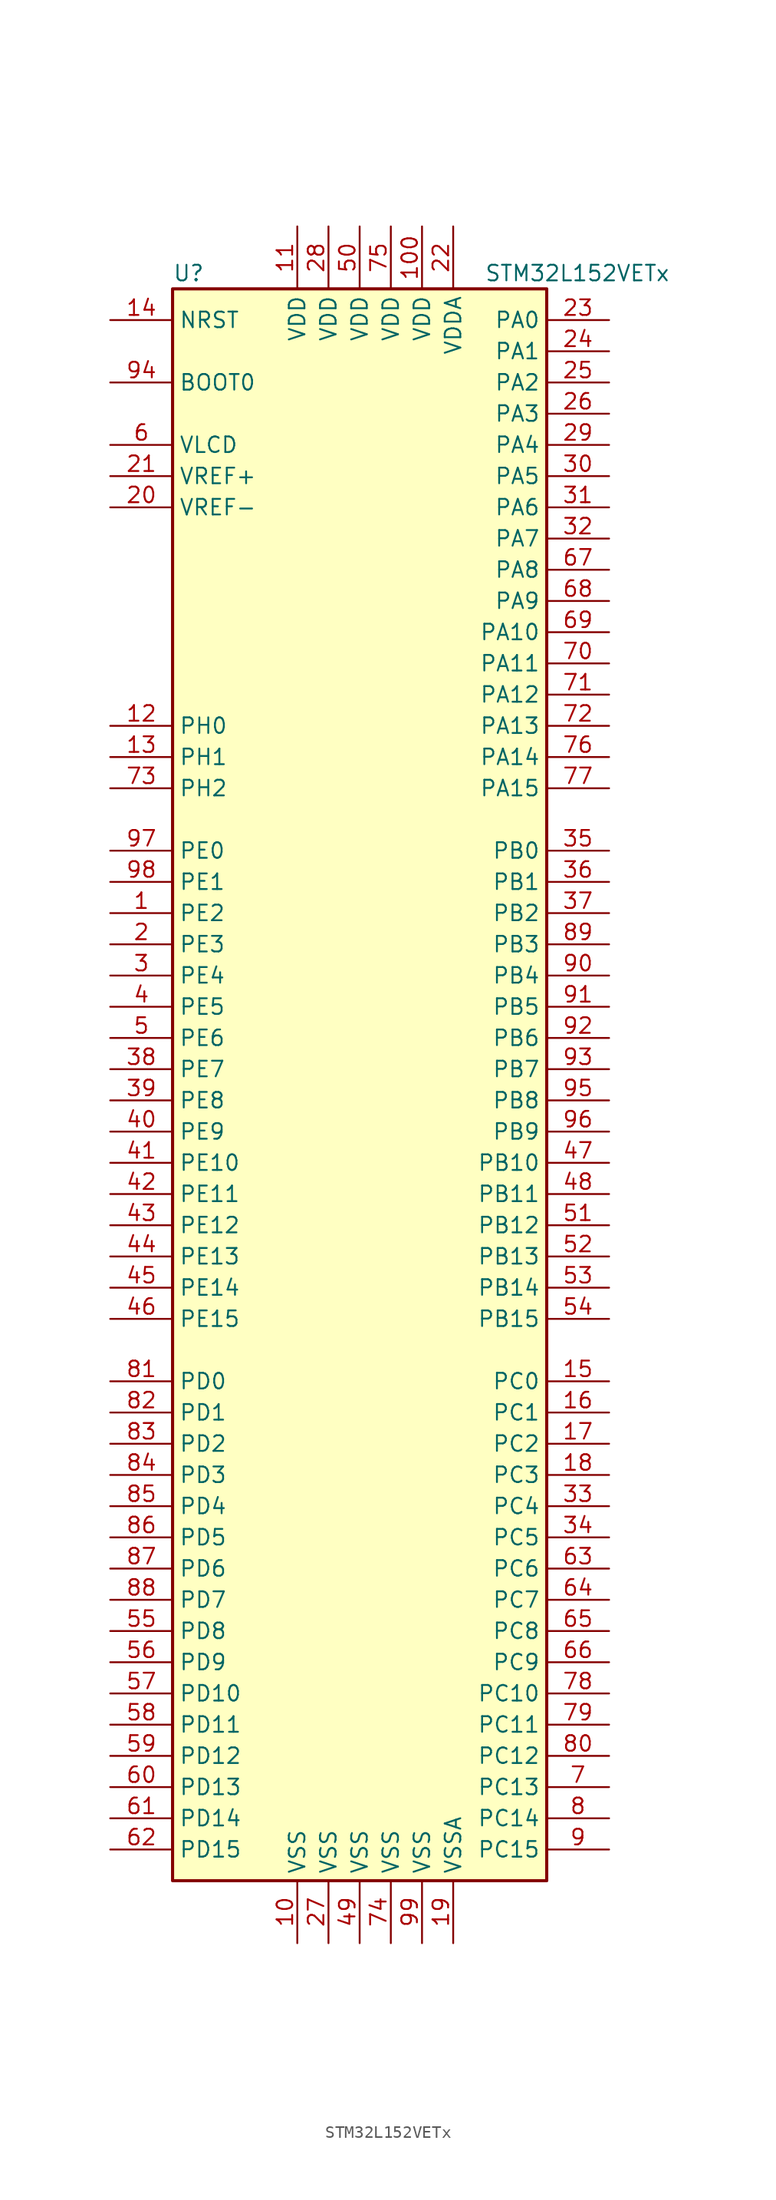
<source format=kicad_sym>
(kicad_symbol_lib
  (version 20201005)
  (generator kicad_symbol_editor)
  (symbol "STM32L152VETx"
    (property "Reference" "U"
      (at -15.24 64.77 0)
      (effects (font (size 1.27 1.27)) (justify left)))
    (property "Value" "STM32L152VETx"
      (at 10.16 64.77 0)
      (effects (font (size 1.27 1.27)) (justify left)))
    (symbol "STM32L152VETx_0_1"
      (rectangle (start -15.24 -66.04) (end 15.24 63.5) (stroke (width 0.254)) (fill (type background))))
    (symbol "STM32L152VETx_1_1"
      (pin bidirectional line (at -20.32 12.7 0) (length 5.08) (name "PE2" (effects (font (size 1.27 1.27)))) (number "1" (effects (font (size 1.27 1.27)))))
      (pin power_in line (at -5.08 -71.12 90) (length 5.08) (name "VSS" (effects (font (size 1.27 1.27)))) (number "10" (effects (font (size 1.27 1.27)))))
      (pin power_in line (at 5.08 68.58 270) (length 5.08) (name "VDD" (effects (font (size 1.27 1.27)))) (number "100" (effects (font (size 1.27 1.27)))))
      (pin power_in line (at -5.08 68.58 270) (length 5.08) (name "VDD" (effects (font (size 1.27 1.27)))) (number "11" (effects (font (size 1.27 1.27)))))
      (pin input line (at -20.32 27.94 0) (length 5.08) (name "PH0" (effects (font (size 1.27 1.27)))) (number "12" (effects (font (size 1.27 1.27)))))
      (pin input line (at -20.32 25.4 0) (length 5.08) (name "PH1" (effects (font (size 1.27 1.27)))) (number "13" (effects (font (size 1.27 1.27)))))
      (pin input line (at -20.32 60.96 0) (length 5.08) (name "NRST" (effects (font (size 1.27 1.27)))) (number "14" (effects (font (size 1.27 1.27)))))
      (pin bidirectional line (at 20.32 -25.4 180) (length 5.08) (name "PC0" (effects (font (size 1.27 1.27)))) (number "15" (effects (font (size 1.27 1.27)))))
      (pin bidirectional line (at 20.32 -27.94 180) (length 5.08) (name "PC1" (effects (font (size 1.27 1.27)))) (number "16" (effects (font (size 1.27 1.27)))))
      (pin bidirectional line (at 20.32 -30.48 180) (length 5.08) (name "PC2" (effects (font (size 1.27 1.27)))) (number "17" (effects (font (size 1.27 1.27)))))
      (pin bidirectional line (at 20.32 -33.02 180) (length 5.08) (name "PC3" (effects (font (size 1.27 1.27)))) (number "18" (effects (font (size 1.27 1.27)))))
      (pin power_in line (at 7.62 -71.12 90) (length 5.08) (name "VSSA" (effects (font (size 1.27 1.27)))) (number "19" (effects (font (size 1.27 1.27)))))
      (pin bidirectional line (at -20.32 10.16 0) (length 5.08) (name "PE3" (effects (font (size 1.27 1.27)))) (number "2" (effects (font (size 1.27 1.27)))))
      (pin power_in line (at -20.32 45.72 0) (length 5.08) (name "VREF-" (effects (font (size 1.27 1.27)))) (number "20" (effects (font (size 1.27 1.27)))))
      (pin power_in line (at -20.32 48.26 0) (length 5.08) (name "VREF+" (effects (font (size 1.27 1.27)))) (number "21" (effects (font (size 1.27 1.27)))))
      (pin power_in line (at 7.62 68.58 270) (length 5.08) (name "VDDA" (effects (font (size 1.27 1.27)))) (number "22" (effects (font (size 1.27 1.27)))))
      (pin bidirectional line (at 20.32 60.96 180) (length 5.08) (name "PA0" (effects (font (size 1.27 1.27)))) (number "23" (effects (font (size 1.27 1.27)))))
      (pin bidirectional line (at 20.32 58.42 180) (length 5.08) (name "PA1" (effects (font (size 1.27 1.27)))) (number "24" (effects (font (size 1.27 1.27)))))
      (pin bidirectional line (at 20.32 55.88 180) (length 5.08) (name "PA2" (effects (font (size 1.27 1.27)))) (number "25" (effects (font (size 1.27 1.27)))))
      (pin bidirectional line (at 20.32 53.34 180) (length 5.08) (name "PA3" (effects (font (size 1.27 1.27)))) (number "26" (effects (font (size 1.27 1.27)))))
      (pin power_in line (at -2.54 -71.12 90) (length 5.08) (name "VSS" (effects (font (size 1.27 1.27)))) (number "27" (effects (font (size 1.27 1.27)))))
      (pin power_in line (at -2.54 68.58 270) (length 5.08) (name "VDD" (effects (font (size 1.27 1.27)))) (number "28" (effects (font (size 1.27 1.27)))))
      (pin bidirectional line (at 20.32 50.8 180) (length 5.08) (name "PA4" (effects (font (size 1.27 1.27)))) (number "29" (effects (font (size 1.27 1.27)))))
      (pin bidirectional line (at -20.32 7.62 0) (length 5.08) (name "PE4" (effects (font (size 1.27 1.27)))) (number "3" (effects (font (size 1.27 1.27)))))
      (pin bidirectional line (at 20.32 48.26 180) (length 5.08) (name "PA5" (effects (font (size 1.27 1.27)))) (number "30" (effects (font (size 1.27 1.27)))))
      (pin bidirectional line (at 20.32 45.72 180) (length 5.08) (name "PA6" (effects (font (size 1.27 1.27)))) (number "31" (effects (font (size 1.27 1.27)))))
      (pin bidirectional line (at 20.32 43.18 180) (length 5.08) (name "PA7" (effects (font (size 1.27 1.27)))) (number "32" (effects (font (size 1.27 1.27)))))
      (pin bidirectional line (at 20.32 -35.56 180) (length 5.08) (name "PC4" (effects (font (size 1.27 1.27)))) (number "33" (effects (font (size 1.27 1.27)))))
      (pin bidirectional line (at 20.32 -38.1 180) (length 5.08) (name "PC5" (effects (font (size 1.27 1.27)))) (number "34" (effects (font (size 1.27 1.27)))))
      (pin bidirectional line (at 20.32 17.78 180) (length 5.08) (name "PB0" (effects (font (size 1.27 1.27)))) (number "35" (effects (font (size 1.27 1.27)))))
      (pin bidirectional line (at 20.32 15.24 180) (length 5.08) (name "PB1" (effects (font (size 1.27 1.27)))) (number "36" (effects (font (size 1.27 1.27)))))
      (pin bidirectional line (at 20.32 12.7 180) (length 5.08) (name "PB2" (effects (font (size 1.27 1.27)))) (number "37" (effects (font (size 1.27 1.27)))))
      (pin bidirectional line (at -20.32 0 0) (length 5.08) (name "PE7" (effects (font (size 1.27 1.27)))) (number "38" (effects (font (size 1.27 1.27)))))
      (pin bidirectional line (at -20.32 -2.54 0) (length 5.08) (name "PE8" (effects (font (size 1.27 1.27)))) (number "39" (effects (font (size 1.27 1.27)))))
      (pin bidirectional line (at -20.32 5.08 0) (length 5.08) (name "PE5" (effects (font (size 1.27 1.27)))) (number "4" (effects (font (size 1.27 1.27)))))
      (pin bidirectional line (at -20.32 -5.08 0) (length 5.08) (name "PE9" (effects (font (size 1.27 1.27)))) (number "40" (effects (font (size 1.27 1.27)))))
      (pin bidirectional line (at -20.32 -7.62 0) (length 5.08) (name "PE10" (effects (font (size 1.27 1.27)))) (number "41" (effects (font (size 1.27 1.27)))))
      (pin bidirectional line (at -20.32 -10.16 0) (length 5.08) (name "PE11" (effects (font (size 1.27 1.27)))) (number "42" (effects (font (size 1.27 1.27)))))
      (pin bidirectional line (at -20.32 -12.7 0) (length 5.08) (name "PE12" (effects (font (size 1.27 1.27)))) (number "43" (effects (font (size 1.27 1.27)))))
      (pin bidirectional line (at -20.32 -15.24 0) (length 5.08) (name "PE13" (effects (font (size 1.27 1.27)))) (number "44" (effects (font (size 1.27 1.27)))))
      (pin bidirectional line (at -20.32 -17.78 0) (length 5.08) (name "PE14" (effects (font (size 1.27 1.27)))) (number "45" (effects (font (size 1.27 1.27)))))
      (pin bidirectional line (at -20.32 -20.32 0) (length 5.08) (name "PE15" (effects (font (size 1.27 1.27)))) (number "46" (effects (font (size 1.27 1.27)))))
      (pin bidirectional line (at 20.32 -7.62 180) (length 5.08) (name "PB10" (effects (font (size 1.27 1.27)))) (number "47" (effects (font (size 1.27 1.27)))))
      (pin bidirectional line (at 20.32 -10.16 180) (length 5.08) (name "PB11" (effects (font (size 1.27 1.27)))) (number "48" (effects (font (size 1.27 1.27)))))
      (pin power_in line (at 0 -71.12 90) (length 5.08) (name "VSS" (effects (font (size 1.27 1.27)))) (number "49" (effects (font (size 1.27 1.27)))))
      (pin bidirectional line (at -20.32 2.54 0) (length 5.08) (name "PE6" (effects (font (size 1.27 1.27)))) (number "5" (effects (font (size 1.27 1.27)))))
      (pin power_in line (at 0 68.58 270) (length 5.08) (name "VDD" (effects (font (size 1.27 1.27)))) (number "50" (effects (font (size 1.27 1.27)))))
      (pin bidirectional line (at 20.32 -12.7 180) (length 5.08) (name "PB12" (effects (font (size 1.27 1.27)))) (number "51" (effects (font (size 1.27 1.27)))))
      (pin bidirectional line (at 20.32 -15.24 180) (length 5.08) (name "PB13" (effects (font (size 1.27 1.27)))) (number "52" (effects (font (size 1.27 1.27)))))
      (pin bidirectional line (at 20.32 -17.78 180) (length 5.08) (name "PB14" (effects (font (size 1.27 1.27)))) (number "53" (effects (font (size 1.27 1.27)))))
      (pin bidirectional line (at 20.32 -20.32 180) (length 5.08) (name "PB15" (effects (font (size 1.27 1.27)))) (number "54" (effects (font (size 1.27 1.27)))))
      (pin bidirectional line (at -20.32 -45.72 0) (length 5.08) (name "PD8" (effects (font (size 1.27 1.27)))) (number "55" (effects (font (size 1.27 1.27)))))
      (pin bidirectional line (at -20.32 -48.26 0) (length 5.08) (name "PD9" (effects (font (size 1.27 1.27)))) (number "56" (effects (font (size 1.27 1.27)))))
      (pin bidirectional line (at -20.32 -50.8 0) (length 5.08) (name "PD10" (effects (font (size 1.27 1.27)))) (number "57" (effects (font (size 1.27 1.27)))))
      (pin bidirectional line (at -20.32 -53.34 0) (length 5.08) (name "PD11" (effects (font (size 1.27 1.27)))) (number "58" (effects (font (size 1.27 1.27)))))
      (pin bidirectional line (at -20.32 -55.88 0) (length 5.08) (name "PD12" (effects (font (size 1.27 1.27)))) (number "59" (effects (font (size 1.27 1.27)))))
      (pin power_in line (at -20.32 50.8 0) (length 5.08) (name "VLCD" (effects (font (size 1.27 1.27)))) (number "6" (effects (font (size 1.27 1.27)))))
      (pin bidirectional line (at -20.32 -58.42 0) (length 5.08) (name "PD13" (effects (font (size 1.27 1.27)))) (number "60" (effects (font (size 1.27 1.27)))))
      (pin bidirectional line (at -20.32 -60.96 0) (length 5.08) (name "PD14" (effects (font (size 1.27 1.27)))) (number "61" (effects (font (size 1.27 1.27)))))
      (pin bidirectional line (at -20.32 -63.5 0) (length 5.08) (name "PD15" (effects (font (size 1.27 1.27)))) (number "62" (effects (font (size 1.27 1.27)))))
      (pin bidirectional line (at 20.32 -40.64 180) (length 5.08) (name "PC6" (effects (font (size 1.27 1.27)))) (number "63" (effects (font (size 1.27 1.27)))))
      (pin bidirectional line (at 20.32 -43.18 180) (length 5.08) (name "PC7" (effects (font (size 1.27 1.27)))) (number "64" (effects (font (size 1.27 1.27)))))
      (pin bidirectional line (at 20.32 -45.72 180) (length 5.08) (name "PC8" (effects (font (size 1.27 1.27)))) (number "65" (effects (font (size 1.27 1.27)))))
      (pin bidirectional line (at 20.32 -48.26 180) (length 5.08) (name "PC9" (effects (font (size 1.27 1.27)))) (number "66" (effects (font (size 1.27 1.27)))))
      (pin bidirectional line (at 20.32 40.64 180) (length 5.08) (name "PA8" (effects (font (size 1.27 1.27)))) (number "67" (effects (font (size 1.27 1.27)))))
      (pin bidirectional line (at 20.32 38.1 180) (length 5.08) (name "PA9" (effects (font (size 1.27 1.27)))) (number "68" (effects (font (size 1.27 1.27)))))
      (pin bidirectional line (at 20.32 35.56 180) (length 5.08) (name "PA10" (effects (font (size 1.27 1.27)))) (number "69" (effects (font (size 1.27 1.27)))))
      (pin bidirectional line (at 20.32 -58.42 180) (length 5.08) (name "PC13" (effects (font (size 1.27 1.27)))) (number "7" (effects (font (size 1.27 1.27)))))
      (pin bidirectional line (at 20.32 33.02 180) (length 5.08) (name "PA11" (effects (font (size 1.27 1.27)))) (number "70" (effects (font (size 1.27 1.27)))))
      (pin bidirectional line (at 20.32 30.48 180) (length 5.08) (name "PA12" (effects (font (size 1.27 1.27)))) (number "71" (effects (font (size 1.27 1.27)))))
      (pin bidirectional line (at 20.32 27.94 180) (length 5.08) (name "PA13" (effects (font (size 1.27 1.27)))) (number "72" (effects (font (size 1.27 1.27)))))
      (pin bidirectional line (at -20.32 22.86 0) (length 5.08) (name "PH2" (effects (font (size 1.27 1.27)))) (number "73" (effects (font (size 1.27 1.27)))))
      (pin power_in line (at 2.54 -71.12 90) (length 5.08) (name "VSS" (effects (font (size 1.27 1.27)))) (number "74" (effects (font (size 1.27 1.27)))))
      (pin power_in line (at 2.54 68.58 270) (length 5.08) (name "VDD" (effects (font (size 1.27 1.27)))) (number "75" (effects (font (size 1.27 1.27)))))
      (pin bidirectional line (at 20.32 25.4 180) (length 5.08) (name "PA14" (effects (font (size 1.27 1.27)))) (number "76" (effects (font (size 1.27 1.27)))))
      (pin bidirectional line (at 20.32 22.86 180) (length 5.08) (name "PA15" (effects (font (size 1.27 1.27)))) (number "77" (effects (font (size 1.27 1.27)))))
      (pin bidirectional line (at 20.32 -50.8 180) (length 5.08) (name "PC10" (effects (font (size 1.27 1.27)))) (number "78" (effects (font (size 1.27 1.27)))))
      (pin bidirectional line (at 20.32 -53.34 180) (length 5.08) (name "PC11" (effects (font (size 1.27 1.27)))) (number "79" (effects (font (size 1.27 1.27)))))
      (pin bidirectional line (at 20.32 -60.96 180) (length 5.08) (name "PC14" (effects (font (size 1.27 1.27)))) (number "8" (effects (font (size 1.27 1.27)))))
      (pin bidirectional line (at 20.32 -55.88 180) (length 5.08) (name "PC12" (effects (font (size 1.27 1.27)))) (number "80" (effects (font (size 1.27 1.27)))))
      (pin bidirectional line (at -20.32 -25.4 0) (length 5.08) (name "PD0" (effects (font (size 1.27 1.27)))) (number "81" (effects (font (size 1.27 1.27)))))
      (pin bidirectional line (at -20.32 -27.94 0) (length 5.08) (name "PD1" (effects (font (size 1.27 1.27)))) (number "82" (effects (font (size 1.27 1.27)))))
      (pin bidirectional line (at -20.32 -30.48 0) (length 5.08) (name "PD2" (effects (font (size 1.27 1.27)))) (number "83" (effects (font (size 1.27 1.27)))))
      (pin bidirectional line (at -20.32 -33.02 0) (length 5.08) (name "PD3" (effects (font (size 1.27 1.27)))) (number "84" (effects (font (size 1.27 1.27)))))
      (pin bidirectional line (at -20.32 -35.56 0) (length 5.08) (name "PD4" (effects (font (size 1.27 1.27)))) (number "85" (effects (font (size 1.27 1.27)))))
      (pin bidirectional line (at -20.32 -38.1 0) (length 5.08) (name "PD5" (effects (font (size 1.27 1.27)))) (number "86" (effects (font (size 1.27 1.27)))))
      (pin bidirectional line (at -20.32 -40.64 0) (length 5.08) (name "PD6" (effects (font (size 1.27 1.27)))) (number "87" (effects (font (size 1.27 1.27)))))
      (pin bidirectional line (at -20.32 -43.18 0) (length 5.08) (name "PD7" (effects (font (size 1.27 1.27)))) (number "88" (effects (font (size 1.27 1.27)))))
      (pin bidirectional line (at 20.32 10.16 180) (length 5.08) (name "PB3" (effects (font (size 1.27 1.27)))) (number "89" (effects (font (size 1.27 1.27)))))
      (pin bidirectional line (at 20.32 -63.5 180) (length 5.08) (name "PC15" (effects (font (size 1.27 1.27)))) (number "9" (effects (font (size 1.27 1.27)))))
      (pin bidirectional line (at 20.32 7.62 180) (length 5.08) (name "PB4" (effects (font (size 1.27 1.27)))) (number "90" (effects (font (size 1.27 1.27)))))
      (pin bidirectional line (at 20.32 5.08 180) (length 5.08) (name "PB5" (effects (font (size 1.27 1.27)))) (number "91" (effects (font (size 1.27 1.27)))))
      (pin bidirectional line (at 20.32 2.54 180) (length 5.08) (name "PB6" (effects (font (size 1.27 1.27)))) (number "92" (effects (font (size 1.27 1.27)))))
      (pin bidirectional line (at 20.32 0 180) (length 5.08) (name "PB7" (effects (font (size 1.27 1.27)))) (number "93" (effects (font (size 1.27 1.27)))))
      (pin input line (at -20.32 55.88 0) (length 5.08) (name "BOOT0" (effects (font (size 1.27 1.27)))) (number "94" (effects (font (size 1.27 1.27)))))
      (pin bidirectional line (at 20.32 -2.54 180) (length 5.08) (name "PB8" (effects (font (size 1.27 1.27)))) (number "95" (effects (font (size 1.27 1.27)))))
      (pin bidirectional line (at 20.32 -5.08 180) (length 5.08) (name "PB9" (effects (font (size 1.27 1.27)))) (number "96" (effects (font (size 1.27 1.27)))))
      (pin bidirectional line (at -20.32 17.78 0) (length 5.08) (name "PE0" (effects (font (size 1.27 1.27)))) (number "97" (effects (font (size 1.27 1.27)))))
      (pin bidirectional line (at -20.32 15.24 0) (length 5.08) (name "PE1" (effects (font (size 1.27 1.27)))) (number "98" (effects (font (size 1.27 1.27)))))
      (pin power_in line (at 5.08 -71.12 90) (length 5.08) (name "VSS" (effects (font (size 1.27 1.27)))) (number "99" (effects (font (size 1.27 1.27))))))))
</source>
